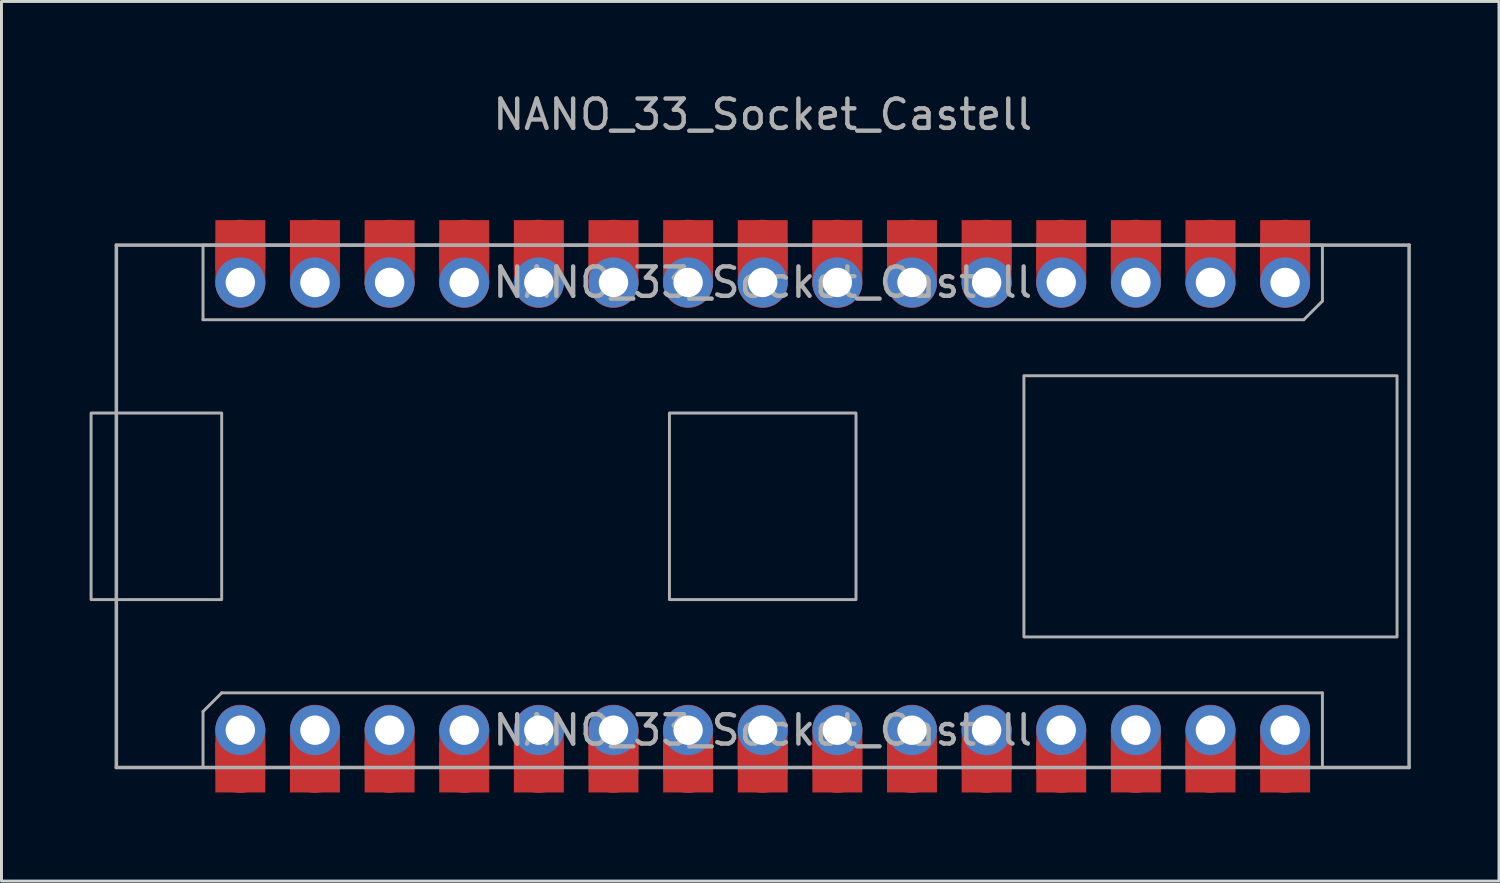
<source format=kicad_pcb>
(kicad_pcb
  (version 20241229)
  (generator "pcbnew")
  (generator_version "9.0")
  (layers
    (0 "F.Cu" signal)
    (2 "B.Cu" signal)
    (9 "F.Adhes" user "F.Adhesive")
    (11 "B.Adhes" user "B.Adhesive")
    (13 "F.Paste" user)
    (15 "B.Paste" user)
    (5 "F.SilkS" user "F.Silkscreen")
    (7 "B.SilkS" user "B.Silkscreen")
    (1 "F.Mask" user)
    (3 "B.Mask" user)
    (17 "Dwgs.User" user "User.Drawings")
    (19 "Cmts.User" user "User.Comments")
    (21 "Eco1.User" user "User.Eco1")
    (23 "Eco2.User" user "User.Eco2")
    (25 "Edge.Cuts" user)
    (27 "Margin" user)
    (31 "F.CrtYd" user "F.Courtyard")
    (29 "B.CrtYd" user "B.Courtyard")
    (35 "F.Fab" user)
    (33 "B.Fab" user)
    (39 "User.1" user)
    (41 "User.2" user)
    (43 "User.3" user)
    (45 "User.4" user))
  (footprint "NANO_33_Socket_Castell"
    (layer "F.Cu")
    (at 22.91 14.183)
    (property "Reference" "NANO_33_Socket_Castell" (at 0 -13.335 0) (layer "F.Fab") (effects (font (size 1 1) (thickness 0.15))))
    (attr through_hole)
    (fp_line (start -22 -8.89) (end 22 -8.89) (stroke (width 0.12) (type solid)) (layer "F.Fab"))
    (fp_line (start -22 8.89) (end -22 -8.89) (stroke (width 0.12) (type solid)) (layer "F.Fab"))
    (fp_line (start -22 8.89) (end 22 8.89) (stroke (width 0.12) (type solid)) (layer "F.Fab"))
    (fp_line (start -19.05 -8.89) (end 19.05 -8.89) (stroke (width 0.1) (type solid)) (layer "F.Fab"))
    (fp_line (start -19.05 -6.35) (end -19.05 -8.89) (stroke (width 0.1) (type solid)) (layer "F.Fab"))
    (fp_line (start -19.05 6.985) (end -18.415 6.35) (stroke (width 0.1) (type solid)) (layer "F.Fab"))
    (fp_line (start -19.05 8.89) (end -19.05 6.985) (stroke (width 0.1) (type solid)) (layer "F.Fab"))
    (fp_line (start -18.415 6.35) (end 19.05 6.35) (stroke (width 0.1) (type solid)) (layer "F.Fab"))
    (fp_line (start 18.415 -6.35) (end -19.05 -6.35) (stroke (width 0.1) (type solid)) (layer "F.Fab"))
    (fp_line (start 19.05 -8.89) (end 19.05 -6.985) (stroke (width 0.1) (type solid)) (layer "F.Fab"))
    (fp_line (start 19.05 -6.985) (end 18.415 -6.35) (stroke (width 0.1) (type solid)) (layer "F.Fab"))
    (fp_line (start 19.05 6.35) (end 19.05 8.89) (stroke (width 0.1) (type solid)) (layer "F.Fab"))
    (fp_line (start 19.05 8.89) (end -19.05 8.89) (stroke (width 0.1) (type solid)) (layer "F.Fab"))
    (fp_line (start 22 8.89) (end 22 -8.89) (stroke (width 0.12) (type solid)) (layer "F.Fab"))
    (fp_poly (pts (xy -22.86 3.175) (xy -18.415 3.175) (xy -18.415 -3.175) (xy -22.86 -3.175)) (stroke (width 0.1) (type solid)) (fill no) (layer "F.Fab"))
    (fp_poly (pts (xy -3.175 3.175) (xy 3.175 3.175) (xy 3.175 -3.175) (xy -3.175 -3.175)) (stroke (width 0.1) (type solid)) (fill no) (layer "F.Fab"))
    (fp_poly (pts (xy 8.89 4.445) (xy 21.59 4.445) (xy 21.59 -4.445) (xy 8.89 -4.445)) (stroke (width 0.1) (type solid)) (fill no) (layer "F.Fab"))
    (fp_text user "${REFERENCE}" (at 0 -7.62 0) (layer "F.Fab") (effects (font (size 1 1) (thickness 0.15))))
    (fp_text user "${REFERENCE}" (at 0 7.62 180) (layer "F.Fab") (effects (font (size 1 1) (thickness 0.15))))
    (pad "1" thru_hole circle (at -17.78 7.62 90) (size 1.7 1.7) (drill 1) (layers "*.Cu" "*.Mask"))
    (pad "1" smd oval (at -17.78 8.255 90) (size 3 1.7) (layers "F.Cu" "F.Mask"))
    (pad "1" smd rect (at -17.78 8.89 90) (size 1.7 1.7) (layers "F.Cu" "F.Mask" "F.Paste"))
    (pad "2" thru_hole oval (at -15.24 7.62 90) (size 1.7 1.7) (drill 1) (layers "*.Cu" "*.Mask"))
    (pad "2" smd oval (at -15.24 8.255 90) (size 3 1.7) (layers "F.Cu" "F.Mask"))
    (pad "2" smd rect (at -15.24 8.89 90) (size 1.7 1.7) (layers "F.Cu" "F.Mask" "F.Paste"))
    (pad "3" thru_hole oval (at -12.7 7.62 90) (size 1.7 1.7) (drill 1) (layers "*.Cu" "*.Mask"))
    (pad "3" smd oval (at -12.7 8.255 90) (size 3 1.7) (layers "F.Cu" "F.Mask"))
    (pad "3" smd rect (at -12.7 8.89 90) (size 1.7 1.7) (layers "F.Cu" "F.Mask" "F.Paste"))
    (pad "4" thru_hole oval (at -10.16 7.62 90) (size 1.7 1.7) (drill 1) (layers "*.Cu" "*.Mask"))
    (pad "4" smd oval (at -10.16 8.255 90) (size 3 1.7) (layers "F.Cu" "F.Mask"))
    (pad "4" smd rect (at -10.16 8.89 90) (size 1.7 1.7) (layers "F.Cu" "F.Mask" "F.Paste"))
    (pad "5" thru_hole oval (at -7.62 7.62 90) (size 1.7 1.7) (drill 1) (layers "*.Cu" "*.Mask"))
    (pad "5" smd oval (at -7.62 8.255 90) (size 3 1.7) (layers "F.Cu" "F.Mask"))
    (pad "5" smd rect (at -7.62 8.89 90) (size 1.7 1.7) (layers "F.Cu" "F.Mask" "F.Paste"))
    (pad "6" thru_hole oval (at -5.08 7.62 90) (size 1.7 1.7) (drill 1) (layers "*.Cu" "*.Mask"))
    (pad "6" smd oval (at -5.08 8.255 90) (size 3 1.7) (layers "F.Cu" "F.Mask"))
    (pad "6" smd rect (at -5.08 8.89 90) (size 1.7 1.7) (layers "F.Cu" "F.Mask" "F.Paste"))
    (pad "7" thru_hole oval (at -2.54 7.62 90) (size 1.7 1.7) (drill 1) (layers "*.Cu" "*.Mask"))
    (pad "7" smd oval (at -2.54 8.255 90) (size 3 1.7) (layers "F.Cu" "F.Mask"))
    (pad "7" smd rect (at -2.54 8.89 90) (size 1.7 1.7) (layers "F.Cu" "F.Mask" "F.Paste"))
    (pad "8" thru_hole oval (at 0 7.62 90) (size 1.7 1.7) (drill 1) (layers "*.Cu" "*.Mask"))
    (pad "8" smd oval (at 0 8.255 90) (size 3 1.7) (layers "F.Cu" "F.Mask"))
    (pad "8" smd rect (at 0 8.89 90) (size 1.7 1.7) (layers "F.Cu" "F.Mask" "F.Paste"))
    (pad "9" thru_hole oval (at 2.54 7.62 90) (size 1.7 1.7) (drill 1) (layers "*.Cu" "*.Mask"))
    (pad "9" smd oval (at 2.54 8.255 90) (size 3 1.7) (layers "F.Cu" "F.Mask"))
    (pad "9" smd rect (at 2.54 8.89 90) (size 1.7 1.7) (layers "F.Cu" "F.Mask" "F.Paste"))
    (pad "10" thru_hole oval (at 5.08 7.62 90) (size 1.7 1.7) (drill 1) (layers "*.Cu" "*.Mask"))
    (pad "10" smd oval (at 5.08 8.255 90) (size 3 1.7) (layers "F.Cu" "F.Mask"))
    (pad "10" smd rect (at 5.08 8.89 90) (size 1.7 1.7) (layers "F.Cu" "F.Mask" "F.Paste"))
    (pad "11" thru_hole oval (at 7.62 7.62 90) (size 1.7 1.7) (drill 1) (layers "*.Cu" "*.Mask"))
    (pad "11" smd oval (at 7.62 8.255 90) (size 3 1.7) (layers "F.Cu" "F.Mask"))
    (pad "11" smd rect (at 7.62 8.89 90) (size 1.7 1.7) (layers "F.Cu" "F.Mask" "F.Paste"))
    (pad "12" thru_hole oval (at 10.16 7.62 90) (size 1.7 1.7) (drill 1) (layers "*.Cu" "*.Mask"))
    (pad "12" smd oval (at 10.16 8.255 90) (size 3 1.7) (layers "F.Cu" "F.Mask"))
    (pad "12" smd rect (at 10.16 8.89 90) (size 1.7 1.7) (layers "F.Cu" "F.Mask" "F.Paste"))
    (pad "13" thru_hole oval (at 12.7 7.62 90) (size 1.7 1.7) (drill 1) (layers "*.Cu" "*.Mask"))
    (pad "13" smd oval (at 12.7 8.255 90) (size 3 1.7) (layers "F.Cu" "F.Mask"))
    (pad "13" smd rect (at 12.7 8.89 90) (size 1.7 1.7) (layers "F.Cu" "F.Mask" "F.Paste"))
    (pad "14" thru_hole oval (at 15.24 7.62 90) (size 1.7 1.7) (drill 1) (layers "*.Cu" "*.Mask"))
    (pad "14" smd oval (at 15.24 8.255 90) (size 3 1.7) (layers "F.Cu" "F.Mask"))
    (pad "14" smd rect (at 15.24 8.89 90) (size 1.7 1.7) (layers "F.Cu" "F.Mask" "F.Paste"))
    (pad "15" thru_hole oval (at 17.78 7.62 90) (size 1.7 1.7) (drill 1) (layers "*.Cu" "*.Mask"))
    (pad "15" smd oval (at 17.78 8.255 90) (size 3 1.7) (layers "F.Cu" "F.Mask"))
    (pad "15" smd rect (at 17.78 8.89 90) (size 1.7 1.7) (layers "F.Cu" "F.Mask" "F.Paste"))
    (pad "16" smd rect (at 17.78 -8.89 270) (size 1.7 1.7) (layers "F.Cu" "F.Mask" "F.Paste"))
    (pad "16" smd oval (at 17.78 -8.255 270) (size 3 1.7) (layers "F.Cu" "F.Mask"))
    (pad "16" thru_hole circle (at 17.78 -7.62 270) (size 1.7 1.7) (drill 1) (layers "*.Cu" "*.Mask"))
    (pad "17" smd rect (at 15.24 -8.89 270) (size 1.7 1.7) (layers "F.Cu" "F.Mask" "F.Paste"))
    (pad "17" smd oval (at 15.24 -8.255 270) (size 3 1.7) (layers "F.Cu" "F.Mask"))
    (pad "17" thru_hole oval (at 15.24 -7.62 270) (size 1.7 1.7) (drill 1) (layers "*.Cu" "*.Mask"))
    (pad "18" smd rect (at 12.7 -8.89 270) (size 1.7 1.7) (layers "F.Cu" "F.Mask" "F.Paste"))
    (pad "18" smd oval (at 12.7 -8.255 270) (size 3 1.7) (layers "F.Cu" "F.Mask"))
    (pad "18" thru_hole oval (at 12.7 -7.62 270) (size 1.7 1.7) (drill 1) (layers "*.Cu" "*.Mask"))
    (pad "19" smd rect (at 10.16 -8.89 270) (size 1.7 1.7) (layers "F.Cu" "F.Mask" "F.Paste"))
    (pad "19" smd oval (at 10.16 -8.255 270) (size 3 1.7) (layers "F.Cu" "F.Mask"))
    (pad "19" thru_hole oval (at 10.16 -7.62 270) (size 1.7 1.7) (drill 1) (layers "*.Cu" "*.Mask"))
    (pad "20" smd rect (at 7.62 -8.89 270) (size 1.7 1.7) (layers "F.Cu" "F.Mask" "F.Paste"))
    (pad "20" smd oval (at 7.62 -8.255 270) (size 3 1.7) (layers "F.Cu" "F.Mask"))
    (pad "20" thru_hole oval (at 7.62 -7.62 270) (size 1.7 1.7) (drill 1) (layers "*.Cu" "*.Mask"))
    (pad "21" smd rect (at 5.08 -8.89 270) (size 1.7 1.7) (layers "F.Cu" "F.Mask" "F.Paste"))
    (pad "21" smd oval (at 5.08 -8.255 270) (size 3 1.7) (layers "F.Cu" "F.Mask"))
    (pad "21" thru_hole oval (at 5.08 -7.62 270) (size 1.7 1.7) (drill 1) (layers "*.Cu" "*.Mask"))
    (pad "22" smd rect (at 2.54 -8.89 270) (size 1.7 1.7) (layers "F.Cu" "F.Mask" "F.Paste"))
    (pad "22" smd oval (at 2.54 -8.255 270) (size 3 1.7) (layers "F.Cu" "F.Mask"))
    (pad "22" thru_hole oval (at 2.54 -7.62 270) (size 1.7 1.7) (drill 1) (layers "*.Cu" "*.Mask"))
    (pad "23" smd rect (at 0 -8.89 270) (size 1.7 1.7) (layers "F.Cu" "F.Mask" "F.Paste"))
    (pad "23" smd oval (at 0 -8.255 270) (size 3 1.7) (layers "F.Cu" "F.Mask"))
    (pad "23" thru_hole oval (at 0 -7.62 270) (size 1.7 1.7) (drill 1) (layers "*.Cu" "*.Mask"))
    (pad "24" smd rect (at -2.54 -8.89 270) (size 1.7 1.7) (layers "F.Cu" "F.Mask" "F.Paste"))
    (pad "24" smd oval (at -2.54 -8.255 270) (size 3 1.7) (layers "F.Cu" "F.Mask"))
    (pad "24" thru_hole oval (at -2.54 -7.62 270) (size 1.7 1.7) (drill 1) (layers "*.Cu" "*.Mask"))
    (pad "25" smd rect (at -5.08 -8.89 270) (size 1.7 1.7) (layers "F.Cu" "F.Mask" "F.Paste"))
    (pad "25" smd oval (at -5.08 -8.255 270) (size 3 1.7) (layers "F.Cu" "F.Mask"))
    (pad "25" thru_hole oval (at -5.08 -7.62 270) (size 1.7 1.7) (drill 1) (layers "*.Cu" "*.Mask"))
    (pad "26" smd rect (at -7.62 -8.89 270) (size 1.7 1.7) (layers "F.Cu" "F.Mask" "F.Paste"))
    (pad "26" smd oval (at -7.62 -8.255 270) (size 3 1.7) (layers "F.Cu" "F.Mask"))
    (pad "26" thru_hole oval (at -7.62 -7.62 270) (size 1.7 1.7) (drill 1) (layers "*.Cu" "*.Mask"))
    (pad "27" smd rect (at -10.16 -8.89 270) (size 1.7 1.7) (layers "F.Cu" "F.Mask" "F.Paste"))
    (pad "27" smd oval (at -10.16 -8.255 270) (size 3 1.7) (layers "F.Cu" "F.Mask"))
    (pad "27" thru_hole oval (at -10.16 -7.62 270) (size 1.7 1.7) (drill 1) (layers "*.Cu" "*.Mask"))
    (pad "28" smd rect (at -12.7 -8.89 270) (size 1.7 1.7) (layers "F.Cu" "F.Mask" "F.Paste"))
    (pad "28" smd oval (at -12.7 -8.255 270) (size 3 1.7) (layers "F.Cu" "F.Mask"))
    (pad "28" thru_hole oval (at -12.7 -7.62 270) (size 1.7 1.7) (drill 1) (layers "*.Cu" "*.Mask"))
    (pad "29" smd rect (at -15.24 -8.89 270) (size 1.7 1.7) (layers "F.Cu" "F.Mask" "F.Paste"))
    (pad "29" smd oval (at -15.24 -8.255 270) (size 3 1.7) (layers "F.Cu" "F.Mask"))
    (pad "29" thru_hole oval (at -15.24 -7.62 270) (size 1.7 1.7) (drill 1) (layers "*.Cu" "*.Mask"))
    (pad "30" smd rect (at -17.78 -8.89 270) (size 1.7 1.7) (layers "F.Cu" "F.Mask" "F.Paste"))
    (pad "30" smd oval (at -17.78 -8.255 270) (size 3 1.7) (layers "F.Cu" "F.Mask"))
    (pad "30" thru_hole oval (at -17.78 -7.62 270) (size 1.7 1.7) (drill 1) (layers "*.Cu" "*.Mask")))
  (gr_rect
    (start -3 -3)
    (end 47.97 26.938)
    (stroke (width 0.1) (type default))
    (fill no)
    (layer "Edge.Cuts")))
</source>
